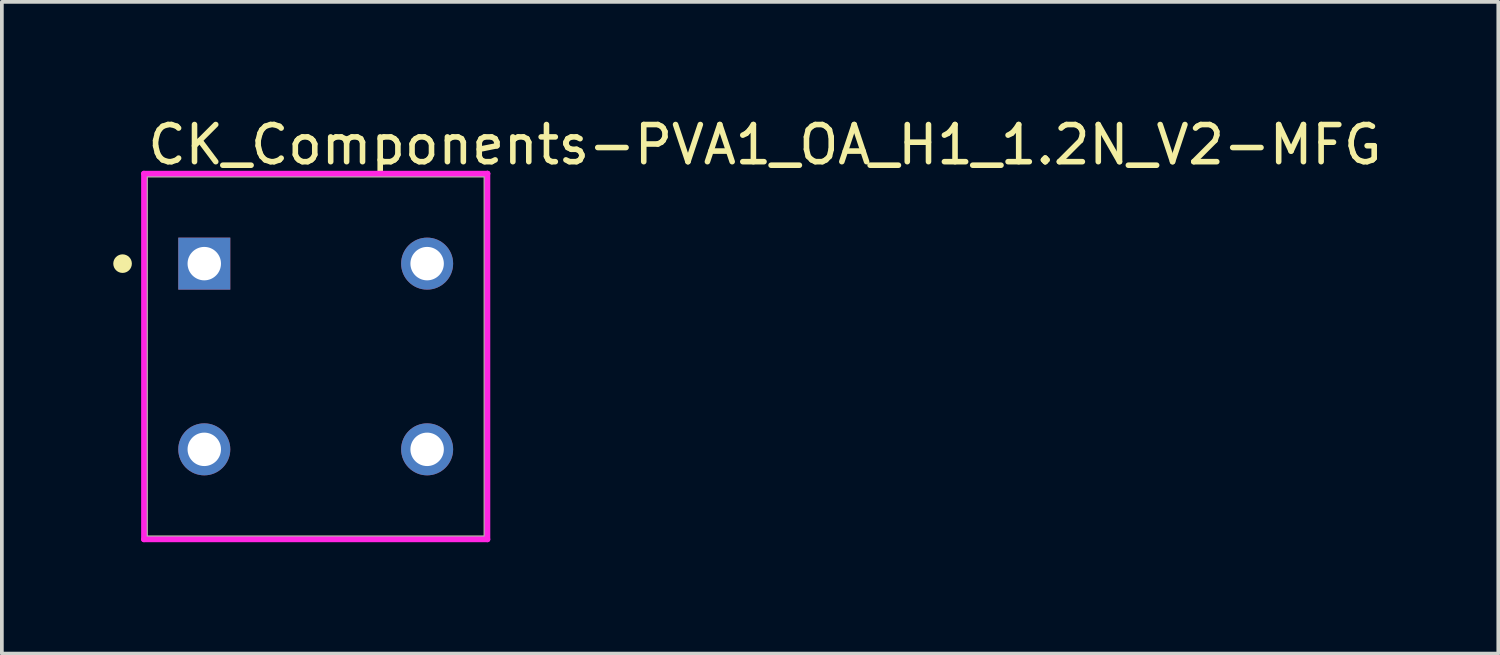
<source format=kicad_pcb>
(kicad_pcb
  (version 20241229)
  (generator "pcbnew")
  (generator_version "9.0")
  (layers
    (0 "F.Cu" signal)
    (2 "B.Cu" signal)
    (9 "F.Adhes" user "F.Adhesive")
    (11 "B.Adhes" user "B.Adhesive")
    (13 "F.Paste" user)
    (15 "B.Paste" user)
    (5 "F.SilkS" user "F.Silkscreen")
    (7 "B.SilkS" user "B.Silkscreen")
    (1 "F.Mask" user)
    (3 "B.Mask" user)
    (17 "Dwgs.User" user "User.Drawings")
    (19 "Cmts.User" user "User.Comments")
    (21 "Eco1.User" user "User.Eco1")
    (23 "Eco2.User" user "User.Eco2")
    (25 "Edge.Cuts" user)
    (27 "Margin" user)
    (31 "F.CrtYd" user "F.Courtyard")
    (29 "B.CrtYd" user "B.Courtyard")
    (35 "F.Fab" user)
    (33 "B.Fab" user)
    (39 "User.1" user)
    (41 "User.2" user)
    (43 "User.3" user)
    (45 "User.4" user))
  (footprint "CK_Components-PVA1_OA_H1_1.2N_V2-MFG"
    (layer "F.Cu")
    (at 5.45 6.548)
    (property "Reference" "CK_Components-PVA1_OA_H1_1.2N_V2-MFG" (at -4.6 -5.7 0) (layer "F.SilkS") (effects (font (size 1 1) (thickness 0.15)) (justify left)))
    (attr through_hole)
    (fp_line (start -4.6 -4.9) (end 4.6 -4.9) (stroke (width 0.15) (type solid)) (layer "F.SilkS"))
    (fp_line (start -4.6 4.9) (end -4.6 -4.9) (stroke (width 0.15) (type solid)) (layer "F.SilkS"))
    (fp_line (start -4.6 4.9) (end 4.6 4.9) (stroke (width 0.15) (type solid)) (layer "F.SilkS"))
    (fp_line (start 4.6 4.9) (end 4.6 -4.9) (stroke (width 0.15) (type solid)) (layer "F.SilkS"))
    (fp_circle (center -5.2 -2.5) (end -5.075 -2.5) (stroke (width 0.25) (type solid)) (fill no) (layer "F.SilkS"))
    (fp_line (start -4.625 -4.925) (end -4.625 4.925) (stroke (width 0.15) (type solid)) (layer "F.CrtYd"))
    (fp_line (start -4.625 4.925) (end 4.625 4.925) (stroke (width 0.15) (type solid)) (layer "F.CrtYd"))
    (fp_line (start 4.625 -4.925) (end -4.625 -4.925) (stroke (width 0.15) (type solid)) (layer "F.CrtYd"))
    (fp_line (start 4.625 -4.925) (end 4.625 -4.925) (stroke (width 0.15) (type solid)) (layer "F.CrtYd"))
    (fp_line (start 4.625 4.925) (end 4.625 -4.925) (stroke (width 0.15) (type solid)) (layer "F.CrtYd"))
    (fp_line (start -4.6 -4.9) (end 4.6 -4.9) (stroke (width 0.15) (type solid)) (layer "F.Fab"))
    (fp_line (start -4.6 4.9) (end -4.6 -4.9) (stroke (width 0.15) (type solid)) (layer "F.Fab"))
    (fp_line (start 4.6 -4.9) (end 4.6 4.9) (stroke (width 0.15) (type solid)) (layer "F.Fab"))
    (fp_line (start 4.6 4.9) (end -4.6 4.9) (stroke (width 0.15) (type solid)) (layer "F.Fab"))
    (pad "1" thru_hole rect (at -3 -2.5) (size 1.4 1.4) (drill 0.9) (layers "*.Cu"))
    (pad "1'" thru_hole circle (at -3 2.5) (size 1.4 1.4) (drill 0.9) (layers "*.Cu"))
    (pad "2" thru_hole circle (at 3 -2.5) (size 1.4 1.4) (drill 0.9) (layers "*.Cu"))
    (pad "2'" thru_hole circle (at 3 2.5) (size 1.4 1.4) (drill 0.9) (layers "*.Cu")))
  (gr_rect
    (start -3 -3)
    (end 37.29 14.548)
    (stroke (width 0.1) (type default))
    (fill no)
    (layer "Edge.Cuts")))
</source>
